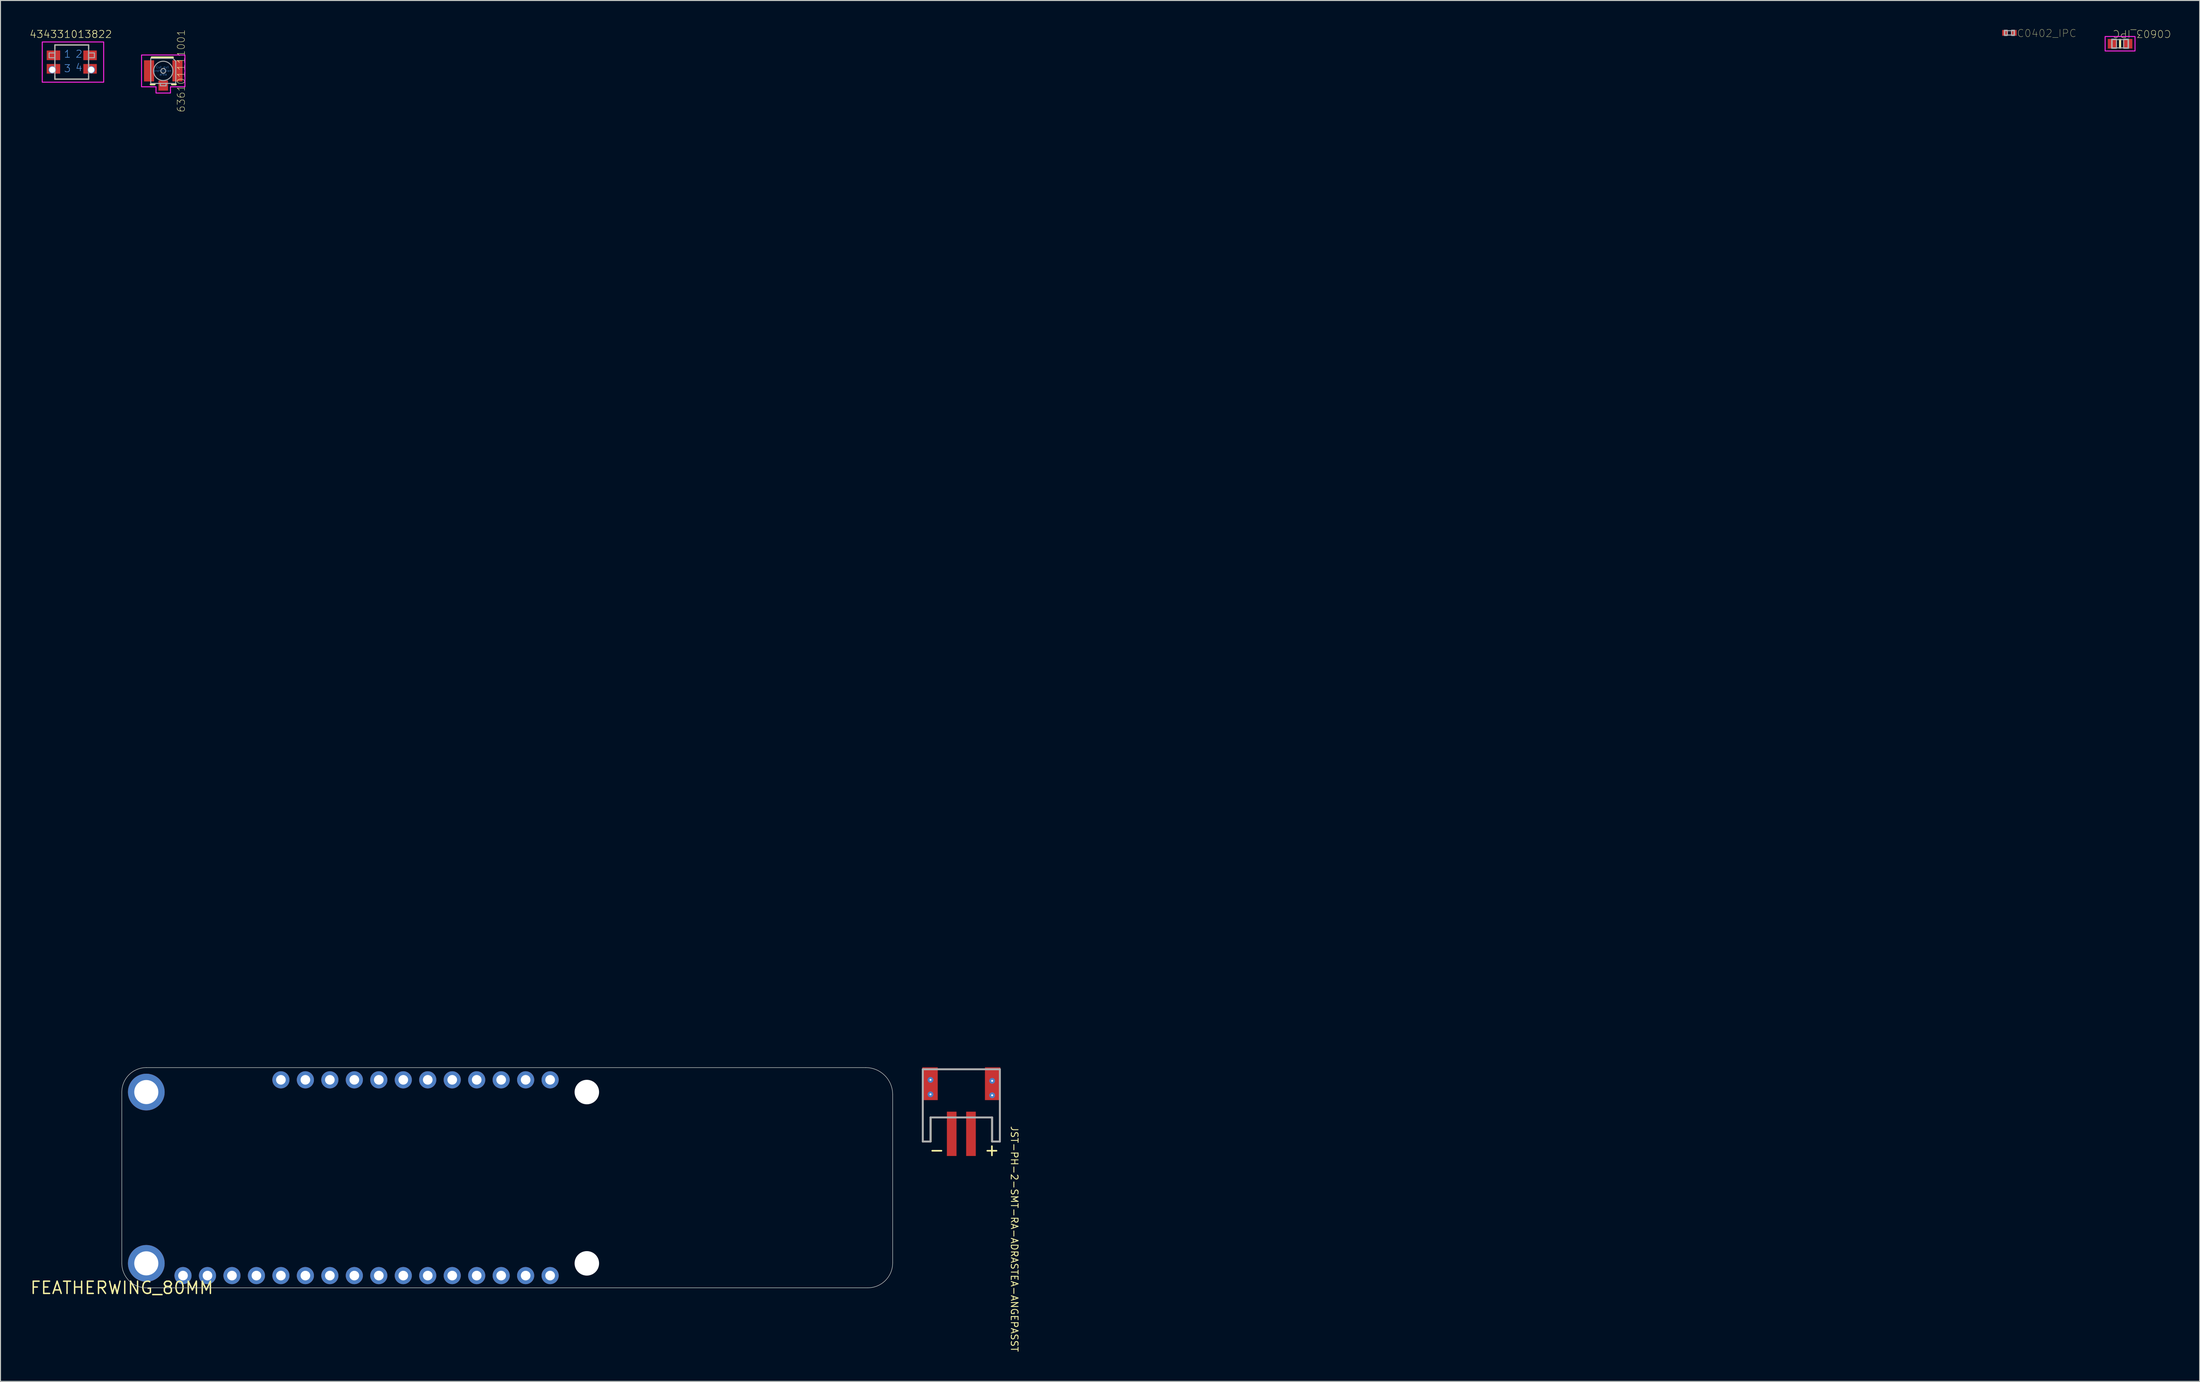
<source format=kicad_pcb>
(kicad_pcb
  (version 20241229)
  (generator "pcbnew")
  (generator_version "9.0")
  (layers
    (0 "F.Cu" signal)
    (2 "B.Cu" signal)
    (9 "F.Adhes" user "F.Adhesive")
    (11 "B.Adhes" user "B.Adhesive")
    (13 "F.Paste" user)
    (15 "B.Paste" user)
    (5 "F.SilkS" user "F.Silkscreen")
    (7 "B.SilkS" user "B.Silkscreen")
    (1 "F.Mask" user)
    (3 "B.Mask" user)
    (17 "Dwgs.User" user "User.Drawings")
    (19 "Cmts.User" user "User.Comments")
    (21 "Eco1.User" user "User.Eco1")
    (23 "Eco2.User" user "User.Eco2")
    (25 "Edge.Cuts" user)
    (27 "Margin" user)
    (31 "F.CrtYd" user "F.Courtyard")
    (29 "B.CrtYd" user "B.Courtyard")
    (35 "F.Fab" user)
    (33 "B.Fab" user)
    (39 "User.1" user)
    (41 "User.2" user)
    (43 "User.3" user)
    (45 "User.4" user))
  (footprint "434331013822"
    (layer "F.Cu")
    (at 4.396 3.393)
    (property "Reference" "434331013822" (at -0.1 -2.45 0) (unlocked yes) (layer "F.SilkS") (effects (font (size 0.748 0.748) (thickness 0.065)) (justify bottom)))
    (fp_line (start -1.75 -1.775) (end 1.75 -1.775) (stroke (width 0.127) (type solid)) (layer "F.SilkS"))
    (fp_line (start -1.75 -1.39) (end -1.75 -1.775) (stroke (width 0.127) (type solid)) (layer "F.SilkS"))
    (fp_line (start -1.75 1.44) (end -1.75 1.77) (stroke (width 0.127) (type solid)) (layer "F.SilkS"))
    (fp_line (start -1.75 1.77) (end 1.75 1.77) (stroke (width 0.127) (type solid)) (layer "F.SilkS"))
    (fp_line (start 1.75 -1.775) (end 1.75 -1.39) (stroke (width 0.127) (type solid)) (layer "F.SilkS"))
    (fp_line (start 1.75 1.77) (end 1.75 1.46) (stroke (width 0.127) (type solid)) (layer "F.SilkS"))
    (fp_poly (pts (xy 3.313 2.088) (xy -3.063 2.088) (xy -3.063 -2.088) (xy 3.313 -2.088)) (stroke (width 0.1) (type default)) (fill no) (layer "F.CrtYd"))
    (fp_line (start -1.75 -1.775) (end 1.75 -1.775) (stroke (width 0.127) (type solid)) (layer "F.Fab"))
    (fp_line (start -1.75 1.775) (end -1.75 -1.775) (stroke (width 0.127) (type solid)) (layer "F.Fab"))
    (fp_line (start 1.75 -1.775) (end 1.75 1.775) (stroke (width 0.127) (type solid)) (layer "F.Fab"))
    (fp_line (start 1.75 1.775) (end -1.75 1.775) (stroke (width 0.127) (type solid)) (layer "F.Fab"))
    (fp_poly (pts (xy -2.35 -0.45) (xy -1.75 -0.45) (xy -1.75 -0.95) (xy -2.35 -0.95)) (stroke (width 0.1) (type default)) (fill no) (layer "F.Fab"))
    (fp_poly (pts (xy -2 1.05) (xy -1.9 1.05) (xy -1.9 0.55) (xy -2 0.55)) (stroke (width 0.1) (type default)) (fill no) (layer "F.Fab"))
    (fp_poly (pts (xy 1.75 -0.45) (xy 2.35 -0.45) (xy 2.35 -0.95) (xy 1.75 -0.95)) (stroke (width 0.1) (type default)) (fill no) (layer "F.Fab"))
    (fp_poly (pts (xy 1.9 1.05) (xy 2 1.05) (xy 2 0.55) (xy 1.9 0.55)) (stroke (width 0.1) (type default)) (fill no) (layer "F.Fab"))
    (fp_text user "4" (at 0.35 1 0) (layer "Cmts.User") (effects (font (size 0.748 0.748) (thickness 0.065)) (justify left bottom)))
    (fp_text user "2" (at 0.35 -0.4 0) (layer "Cmts.User") (effects (font (size 0.748 0.748) (thickness 0.065)) (justify left bottom)))
    (fp_text user "3" (at -0.85 1.1 0) (layer "Cmts.User") (effects (font (size 0.748 0.748) (thickness 0.065)) (justify left bottom)))
    (fp_text user "1" (at -0.85 -0.4 0) (layer "Cmts.User") (effects (font (size 0.748 0.748) (thickness 0.065)) (justify left bottom)))
    (pad "1" smd rect (at -1.9 -0.7) (size 1.4 1) (layers "F.Cu" "F.Mask" "F.Paste"))
    (pad "2" smd rect (at 1.9 -0.7) (size 1.4 1) (layers "F.Cu" "F.Mask" "F.Paste"))
    (pad "3" smd rect (at 1.9 0.7) (size 1.4 1) (layers "F.Cu" "F.Mask" "F.Paste"))
    (pad "4" smd rect (at -1.9 0.7) (size 1.4 1) (layers "F.Cu" "F.Mask" "F.Paste"))
    (pad "5" thru_hole circle (at -2.025 0.8) (size 0.78 0.78) (drill 0.65) (layers "*.Cu"))
    (pad "6" thru_hole circle (at 2.025 0.8) (size 0.78 0.78) (drill 0.65) (layers "*.Cu")))
  (footprint "FEATHERWING_80MM"
    (layer "F.Cu")
    (at 9.593 130.625)
    (property "Reference" "FEATHERWING_80MM" (at 0 0 0) (unlocked yes) (layer "F.SilkS") (effects (font (size 1.27 1.27) (thickness 0.15))))
    (fp_line (start 0 -20.32) (end 0 -2.54) (stroke (width 0.05) (type solid)) (layer "Edge.Cuts"))
    (fp_line (start 2.54 0) (end 77.415 0) (stroke (width 0.05) (type solid)) (layer "Edge.Cuts"))
    (fp_line (start 77.202 -22.86) (end 2.54 -22.86) (stroke (width 0.05) (type solid)) (layer "Edge.Cuts"))
    (fp_line (start 80 -2.585) (end 80 -20.062) (stroke (width 0.05) (type solid)) (layer "Edge.Cuts"))
    (fp_arc (start 0 -20.32) (mid 0.743949 -22.116051) (end 2.54 -22.86) (stroke (width 0.05) (type solid)) (layer "Edge.Cuts"))
    (fp_arc (start 2.54 0) (mid 0.743949 -0.743949) (end 0 -2.54) (stroke (width 0.05) (type solid)) (layer "Edge.Cuts"))
    (fp_arc (start 77.201581 -22.86) (mid 79.180362 -22.040362) (end 80 -20.061581) (stroke (width 0.05) (type solid)) (layer "Edge.Cuts"))
    (fp_arc (start 80 -2.584538) (mid 79.243006 -0.756994) (end 77.415462 0) (stroke (width 0.05) (type solid)) (layer "Edge.Cuts"))
    (pad "" np_thru_hole circle (at 48.26 -20.32) (size 2.54 2.54) (drill 2.54) (layers "*.Cu" "*.Mask"))
    (pad "" np_thru_hole circle (at 48.26 -2.54) (size 2.54 2.54) (drill 2.54) (layers "*.Cu" "*.Mask"))
    (pad "1" thru_hole circle (at 6.35 -1.27) (size 1.778 1.778) (drill 1) (layers "*.Cu" "*.Mask"))
    (pad "2" thru_hole circle (at 8.89 -1.27) (size 1.778 1.778) (drill 1) (layers "*.Cu" "*.Mask"))
    (pad "3" thru_hole circle (at 11.43 -1.27) (size 1.778 1.778) (drill 1) (layers "*.Cu" "*.Mask"))
    (pad "4" thru_hole circle (at 13.97 -1.27) (size 1.778 1.778) (drill 1) (layers "*.Cu" "*.Mask"))
    (pad "5" thru_hole circle (at 16.51 -1.27) (size 1.778 1.778) (drill 1) (layers "*.Cu" "*.Mask"))
    (pad "6" thru_hole circle (at 19.05 -1.27) (size 1.778 1.778) (drill 1) (layers "*.Cu" "*.Mask"))
    (pad "7" thru_hole circle (at 21.59 -1.27) (size 1.778 1.778) (drill 1) (layers "*.Cu" "*.Mask"))
    (pad "8" thru_hole circle (at 24.13 -1.27) (size 1.778 1.778) (drill 1) (layers "*.Cu" "*.Mask"))
    (pad "9" thru_hole circle (at 26.67 -1.27) (size 1.778 1.778) (drill 1) (layers "*.Cu" "*.Mask"))
    (pad "10" thru_hole circle (at 29.21 -1.27) (size 1.778 1.778) (drill 1) (layers "*.Cu" "*.Mask"))
    (pad "11" thru_hole circle (at 31.75 -1.27) (size 1.778 1.778) (drill 1) (layers "*.Cu" "*.Mask"))
    (pad "12" thru_hole circle (at 34.29 -1.27) (size 1.778 1.778) (drill 1) (layers "*.Cu" "*.Mask"))
    (pad "13" thru_hole circle (at 36.83 -1.27) (size 1.778 1.778) (drill 1) (layers "*.Cu" "*.Mask"))
    (pad "14" thru_hole circle (at 39.37 -1.27) (size 1.778 1.778) (drill 1) (layers "*.Cu" "*.Mask"))
    (pad "15" thru_hole circle (at 41.91 -1.27) (size 1.778 1.778) (drill 1) (layers "*.Cu" "*.Mask"))
    (pad "16" thru_hole circle (at 44.45 -1.27) (size 1.778 1.778) (drill 1) (layers "*.Cu" "*.Mask"))
    (pad "17" thru_hole circle (at 44.45 -21.59) (size 1.778 1.778) (drill 1) (layers "*.Cu" "*.Mask"))
    (pad "18" thru_hole circle (at 41.91 -21.59) (size 1.778 1.778) (drill 1) (layers "*.Cu" "*.Mask"))
    (pad "19" thru_hole circle (at 39.37 -21.59) (size 1.778 1.778) (drill 1) (layers "*.Cu" "*.Mask"))
    (pad "20" thru_hole circle (at 36.83 -21.59) (size 1.778 1.778) (drill 1) (layers "*.Cu" "*.Mask"))
    (pad "21" thru_hole circle (at 34.29 -21.59) (size 1.778 1.778) (drill 1) (layers "*.Cu" "*.Mask"))
    (pad "22" thru_hole circle (at 31.75 -21.59) (size 1.778 1.778) (drill 1) (layers "*.Cu" "*.Mask"))
    (pad "23" thru_hole circle (at 29.21 -21.59) (size 1.778 1.778) (drill 1) (layers "*.Cu" "*.Mask"))
    (pad "24" thru_hole circle (at 26.67 -21.59) (size 1.778 1.778) (drill 1) (layers "*.Cu" "*.Mask"))
    (pad "25" thru_hole circle (at 24.13 -21.59) (size 1.778 1.778) (drill 1) (layers "*.Cu" "*.Mask"))
    (pad "26" thru_hole circle (at 21.59 -21.59) (size 1.778 1.778) (drill 1) (layers "*.Cu" "*.Mask"))
    (pad "27" thru_hole circle (at 19.05 -21.59) (size 1.778 1.778) (drill 1) (layers "*.Cu" "*.Mask"))
    (pad "28" thru_hole circle (at 16.51 -21.59) (size 1.778 1.778) (drill 1) (layers "*.Cu" "*.Mask"))
    (pad "P$1" thru_hole circle (at 2.54 -20.32) (size 3.81 3.81) (drill 2.5) (layers "*.Cu" "*.Mask"))
    (pad "P$2" thru_hole circle (at 2.54 -2.54) (size 3.81 3.81) (drill 2.5) (layers "*.Cu" "*.Mask")))
  (footprint "636101111001"
    (layer "F.Cu")
    (at 13.892 4.307)
    (property "Reference" "636101111001" (at 2.3 0 90) (unlocked yes) (layer "F.SilkS") (effects (font (size 0.755 0.755) (thickness 0.045)) (justify bottom)))
    (fp_line (start -1.2 -1.4) (end 1 -1.4) (stroke (width 0.2) (type solid)) (layer "F.SilkS"))
    (fp_line (start -0.9 1.4) (end -1.3 1.4) (stroke (width 0.2) (type solid)) (layer "F.SilkS"))
    (fp_line (start 0.9 1.4) (end 1.3 1.4) (stroke (width 0.2) (type solid)) (layer "F.SilkS"))
    (fp_poly (pts (xy 2.25 1.65) (xy 0.75 1.65) (xy 0.75 2.3) (xy -0.75 2.3) (xy -0.75 1.65) (xy -2.25 1.65) (xy -2.25 -1.65) (xy 2.25 -1.65)) (stroke (width 0.1) (type default)) (fill no) (layer "F.CrtYd"))
    (fp_line (start -1.3 -1.3) (end 1 -1.3) (stroke (width 0.1) (type solid)) (layer "F.Fab"))
    (fp_line (start -1.3 1.3) (end -1.3 -1.3) (stroke (width 0.1) (type solid)) (layer "F.Fab"))
    (fp_line (start -0.3 1.3) (end -1.3 1.3) (stroke (width 0.1) (type solid)) (layer "F.Fab"))
    (fp_line (start -0.3 1.3) (end -0.3 1.55) (stroke (width 0.1) (type solid)) (layer "F.Fab"))
    (fp_line (start -0.3 1.55) (end 0.3 1.55) (stroke (width 0.1) (type solid)) (layer "F.Fab"))
    (fp_line (start 0.3 1.3) (end -0.3 1.3) (stroke (width 0.1) (type solid)) (layer "F.Fab"))
    (fp_line (start 0.3 1.55) (end 0.3 1.3) (stroke (width 0.1) (type solid)) (layer "F.Fab"))
    (fp_line (start 1 -1.3) (end 1.3 -1) (stroke (width 0.1) (type solid)) (layer "F.Fab"))
    (fp_line (start 1.3 -1) (end 1.3 1.3) (stroke (width 0.1) (type solid)) (layer "F.Fab"))
    (fp_line (start 1.3 1.3) (end 0.3 1.3) (stroke (width 0.1) (type solid)) (layer "F.Fab"))
    (fp_circle (center 0 0) (end 0.25 0) (stroke (width 0.1) (type solid)) (fill no) (layer "F.Fab"))
    (fp_circle (center 0 0) (end 1 0) (stroke (width 0.1) (type solid)) (fill no) (layer "F.Fab"))
    (fp_text user "Cut out \nprohibition \narea" (at 0 0.5 0) (layer "Cmts.User") (effects (font (size 0.234 0.234) (thickness 0.02)) (justify bottom)))
    (pad "1" smd rect (at 0 1.525) (size 1 1.05) (layers "F.Cu" "F.Mask" "F.Paste"))
    (pad "2" smd rect (at 1.475 0) (size 1.05 2.2) (layers "F.Cu" "F.Mask" "F.Paste"))
    (pad "3" smd rect (at -1.475 0) (size 1.05 2.2) (layers "F.Cu" "F.Mask" "F.Paste"))
    (zone (net_name "") (layer "F.Cu") (hatch edge 0.5) (connect_pads) (min_thickness 0.25) (filled_areas_thickness no) (keepout (tracks not_allowed) (vias not_allowed) (pads not_allowed) (copperpour not_allowed) (footprints allowed)) (placement (enabled no)) (fill) (polygon (pts (xy 199.843 102.64) (xy 201.743 102.64) (xy 201.743 104.74) (xy 199.843 104.74))))
    (zone (net_name "") (layers "F.Cu" "B.Cu") (hatch edge 0.5) (connect_pads) (min_thickness 0.25) (filled_areas_thickness no) (keepout (tracks allowed) (vias not_allowed) (pads allowed) (copperpour allowed) (footprints allowed)) (placement (enabled no)) (fill) (polygon (pts (xy 199.843 102.64) (xy 201.743 102.64) (xy 201.743 104.74) (xy 199.843 104.74)))))
  (footprint "C0603_IPC"
    (layer "F.Cu")
    (at 216.976 1.49)
    (property "Reference" "C0603_IPC" (at -0.8 -0.6 180) (unlocked yes) (layer "F.SilkS") (effects (font (size 0.755 0.755) (thickness 0.045)) (justify right top)))
    (fp_poly (pts (xy -0.1 0.5) (xy 0.1 0.5) (xy 0.1 -0.5) (xy -0.1 -0.5)) (stroke (width 0) (type default)) (fill yes) (layer "F.SilkS"))
    (fp_poly (pts (xy -0.1 0.5) (xy 0.1 0.5) (xy 0.1 -0.5) (xy -0.1 -0.5)) (stroke (width 0) (type default)) (fill yes) (layer "F.SilkS"))
    (fp_poly (pts (xy -1.55 0.75) (xy 1.55 0.75) (xy 1.55 -0.75) (xy -1.55 -0.75)) (stroke (width 0.1) (type default)) (fill no) (layer "F.CrtYd"))
    (fp_line (start -0.825 -0.425) (end -0.825 0.425) (stroke (width 0.1) (type solid)) (layer "F.Fab"))
    (fp_line (start -0.825 0.425) (end 0.825 0.425) (stroke (width 0.1) (type solid)) (layer "F.Fab"))
    (fp_line (start 0.825 -0.425) (end -0.825 -0.425) (stroke (width 0.1) (type solid)) (layer "F.Fab"))
    (fp_line (start 0.825 0.425) (end 0.825 -0.425) (stroke (width 0.1) (type solid)) (layer "F.Fab"))
    (fp_poly (pts (xy -0.875 0.475) (xy -0.375 0.475) (xy -0.375 -0.475) (xy -0.875 -0.475)) (stroke (width 0.1) (type default)) (fill no) (layer "F.Fab"))
    (fp_poly (pts (xy 0.375 0.475) (xy 0.875 0.475) (xy 0.875 -0.475) (xy 0.375 -0.475)) (stroke (width 0.1) (type default)) (fill no) (layer "F.Fab"))
    (pad "1" smd rect (at -0.8 0) (size 0.95 1) (layers "F.Cu" "F.Mask" "F.Paste"))
    (pad "2" smd rect (at 0.8 0) (size 0.95 1) (layers "F.Cu" "F.Mask" "F.Paste")))
  (footprint "C0402_IPC"
    (layer "F.Cu")
    (at 205.493 0.36)
    (property "Reference" "C0402_IPC" (at 0.75 0.5 0) (unlocked yes) (layer "F.SilkS") (effects (font (size 0.77 0.77) (thickness 0.03)) (justify left bottom)))
    (fp_line (start -0.475 -0.225) (end -0.475 0.225) (stroke (width 0.1) (type solid)) (layer "F.Fab"))
    (fp_line (start -0.475 0.225) (end 0.475 0.225) (stroke (width 0.1) (type solid)) (layer "F.Fab"))
    (fp_line (start 0.475 -0.225) (end -0.475 -0.225) (stroke (width 0.1) (type solid)) (layer "F.Fab"))
    (fp_line (start 0.475 0.225) (end 0.475 -0.225) (stroke (width 0.1) (type solid)) (layer "F.Fab"))
    (fp_poly (pts (xy -0.525 0.275) (xy -0.225 0.275) (xy -0.225 -0.275) (xy -0.525 -0.275)) (stroke (width 0.1) (type default)) (fill no) (layer "F.Fab"))
    (fp_poly (pts (xy 0.225 0.275) (xy 0.525 0.275) (xy 0.525 -0.275) (xy 0.225 -0.275)) (stroke (width 0.1) (type default)) (fill no) (layer "F.Fab"))
    (pad "1" smd rect (at -0.45 0) (size 0.6 0.6) (layers "F.Cu" "F.Mask" "F.Paste"))
    (pad "2" smd rect (at 0.45 0) (size 0.6 0.6) (layers "F.Cu" "F.Mask" "F.Paste")))
  (footprint "JST-PH-2-SMT-RA-ADRASTEA-ANGEPASST"
    (layer "F.Cu")
    (at 96.719 110.94)
    (property "Reference" "JST-PH-2-SMT-RA-ADRASTEA-ANGEPASST" (at 5.09 2.84 270) (unlocked yes) (layer "F.SilkS") (effects (font (size 0.707 0.707) (thickness 0.093)) (justify left bottom)))
    (fp_line (start -4 4.5) (end -4 0.5) (stroke (width 0.127) (type solid)) (layer "F.SilkS"))
    (fp_line (start -3.15 2) (end -3.15 4.5) (stroke (width 0.127) (type solid)) (layer "F.SilkS"))
    (fp_line (start -3.15 4.5) (end -4 4.5) (stroke (width 0.127) (type solid)) (layer "F.SilkS"))
    (fp_line (start -2.25 -3) (end 2.25 -3) (stroke (width 0.127) (type solid)) (layer "F.SilkS"))
    (fp_line (start -1.75 2) (end -3.15 2) (stroke (width 0.127) (type solid)) (layer "F.SilkS"))
    (fp_line (start 3.15 2) (end 1.75 2) (stroke (width 0.127) (type solid)) (layer "F.SilkS"))
    (fp_line (start 3.15 4.5) (end 3.15 2) (stroke (width 0.127) (type solid)) (layer "F.SilkS"))
    (fp_line (start 4 0.5) (end 4 4.5) (stroke (width 0.127) (type solid)) (layer "F.SilkS"))
    (fp_line (start 4 4.5) (end 3.15 4.5) (stroke (width 0.127) (type solid)) (layer "F.SilkS"))
    (fp_line (start -4 -3) (end 4 -3) (stroke (width 0.203) (type solid)) (layer "F.Fab"))
    (fp_line (start -4 4.5) (end -4 -3) (stroke (width 0.203) (type solid)) (layer "F.Fab"))
    (fp_line (start -3.2 2) (end -3.2 4.5) (stroke (width 0.203) (type solid)) (layer "F.Fab"))
    (fp_line (start -3.2 4.5) (end -4 4.5) (stroke (width 0.203) (type solid)) (layer "F.Fab"))
    (fp_line (start 3.2 2) (end -3.2 2) (stroke (width 0.203) (type solid)) (layer "F.Fab"))
    (fp_line (start 3.2 4.5) (end 3.2 2) (stroke (width 0.203) (type solid)) (layer "F.Fab"))
    (fp_line (start 4 -3) (end 4 4.5) (stroke (width 0.203) (type solid)) (layer "F.Fab"))
    (fp_line (start 4 4.5) (end 3.2 4.5) (stroke (width 0.203) (type solid)) (layer "F.Fab"))
    (fp_text user "-" (at -3.429 6.096 180) (layer "F.SilkS") (effects (font (size 1.252 1.252) (thickness 0.171)) (justify left bottom)))
    (fp_text user "+" (at 2.286 6.096 180) (layer "F.SilkS") (effects (font (size 1.252 1.252) (thickness 0.171)) (justify left bottom)))
    (pad "1" smd rect (at 1 3.7 180) (size 1 4.6) (layers "F.Cu" "F.Mask" "F.Paste"))
    (pad "2" smd rect (at -1 3.7 180) (size 1 4.6) (layers "F.Cu" "F.Mask" "F.Paste"))
    (pad "NC1" smd rect (at -3.25 -1.5 270) (size 3.4 1.6) (layers "F.Cu" "F.Mask" "F.Paste"))
    (pad "NC2" smd rect (at 3.25 -1.5 270) (size 3.4 1.6) (layers "F.Cu" "F.Mask" "F.Paste"))
    (pad "P$1" thru_hole circle (at 3.2 -0.3 180) (size 0.6 0.6) (drill 0.2) (layers "*.Cu" "*.Mask"))
    (pad "P$2" thru_hole circle (at 3.2 -1.8 180) (size 0.6 0.6) (drill 0.2) (layers "*.Cu" "*.Mask"))
    (pad "P$3" thru_hole circle (at -3.2 -0.4 180) (size 0.6 0.6) (drill 0.2) (layers "*.Cu" "*.Mask"))
    (pad "P$4" thru_hole circle (at -3.2 -1.9 180) (size 0.6 0.6) (drill 0.2) (layers "*.Cu" "*.Mask")))
  (gr_rect
    (start -3 -3)
    (end 225.236 140.336)
    (stroke (width 0.1) (type default))
    (fill no)
    (layer "Edge.Cuts")))
</source>
